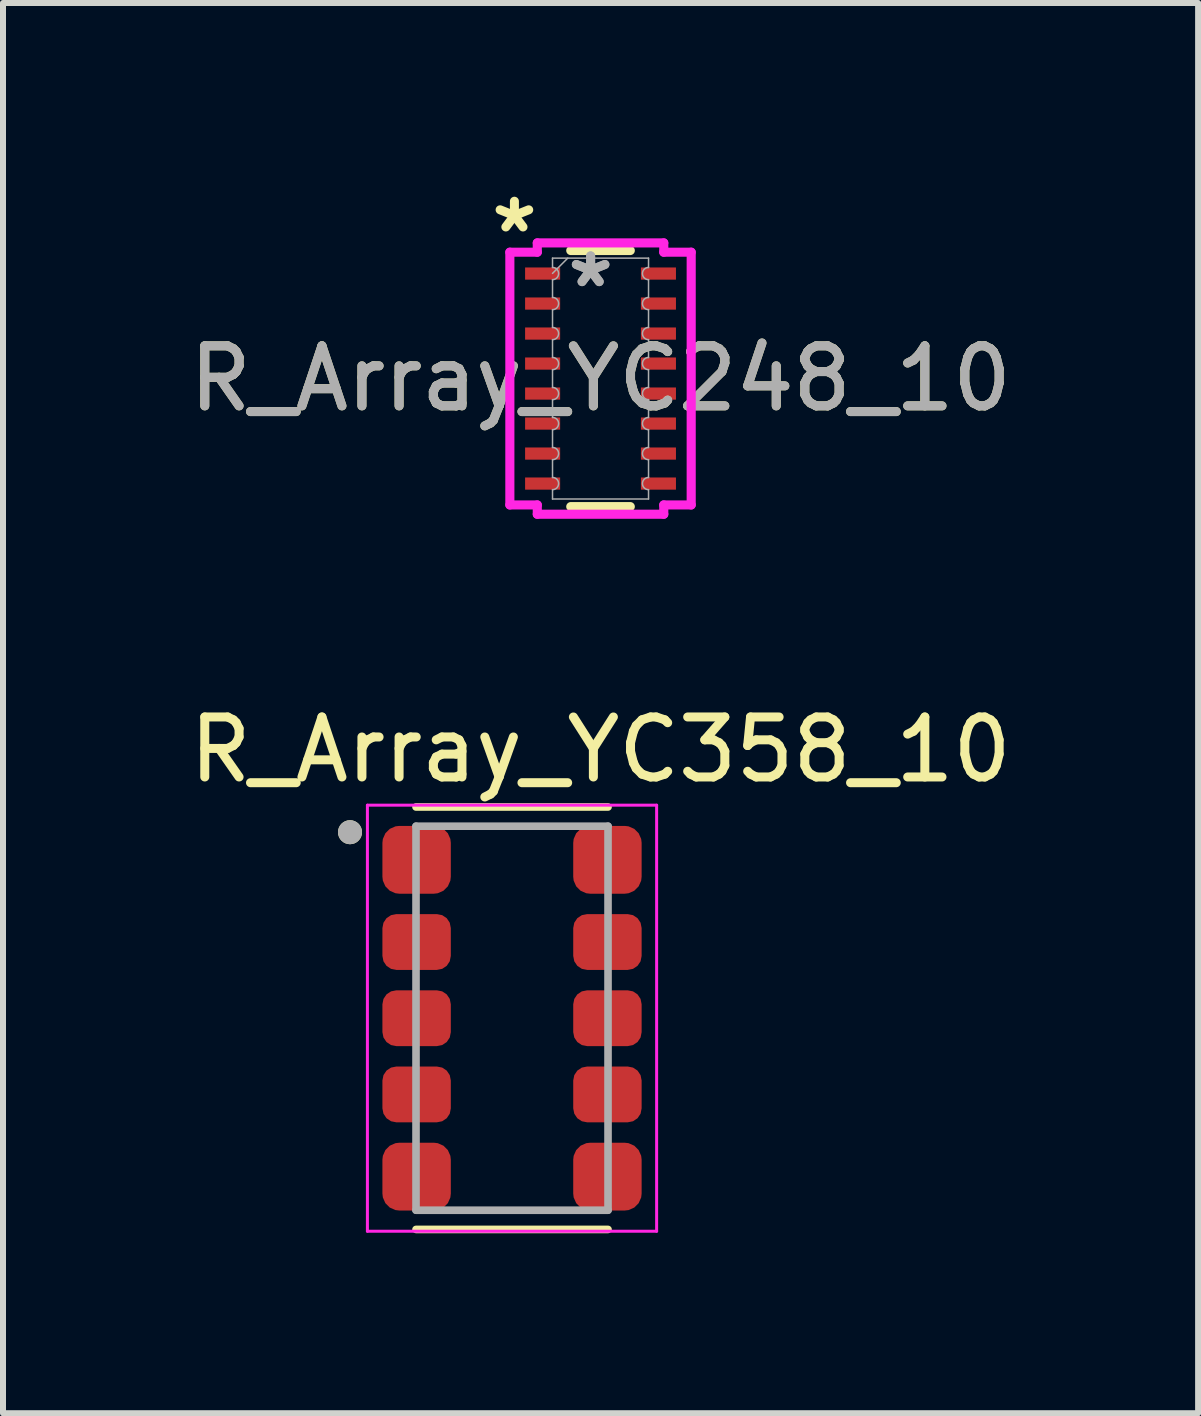
<source format=kicad_pcb>
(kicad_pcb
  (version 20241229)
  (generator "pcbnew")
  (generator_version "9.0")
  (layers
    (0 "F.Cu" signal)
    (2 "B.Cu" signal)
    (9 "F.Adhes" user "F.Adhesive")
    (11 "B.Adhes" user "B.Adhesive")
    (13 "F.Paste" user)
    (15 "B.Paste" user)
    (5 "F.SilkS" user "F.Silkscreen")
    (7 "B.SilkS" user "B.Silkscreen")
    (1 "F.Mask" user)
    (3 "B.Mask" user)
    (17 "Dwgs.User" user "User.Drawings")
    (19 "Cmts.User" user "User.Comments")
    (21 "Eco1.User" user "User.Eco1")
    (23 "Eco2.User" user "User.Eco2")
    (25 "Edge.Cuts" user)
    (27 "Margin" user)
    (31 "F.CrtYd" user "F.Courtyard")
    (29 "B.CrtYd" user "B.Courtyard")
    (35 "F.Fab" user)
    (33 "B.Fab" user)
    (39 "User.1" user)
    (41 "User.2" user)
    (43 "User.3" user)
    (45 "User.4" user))
  (footprint "R_Array_YC248_10"
    (layer "F.Cu")
    (at 6.958 3.259)
    (property "Reference" "R_Array_YC248_10" (at 0 0 0) (unlocked yes) (layer "F.SilkS") (effects (font (size 1 1) (thickness 0.15))))
    (attr smd)
    (fp_line (start -0.496 -2.134) (end 0.496 -2.134) (stroke (width 0.152) (type solid)) (layer "F.SilkS"))
    (fp_line (start -0.496 2.134) (end 0.496 2.134) (stroke (width 0.152) (type solid)) (layer "F.SilkS"))
    (fp_line (start -1.511 -2.106) (end -1.054 -2.106) (stroke (width 0.152) (type solid)) (layer "F.CrtYd"))
    (fp_line (start -1.511 2.106) (end -1.511 -2.106) (stroke (width 0.152) (type solid)) (layer "F.CrtYd"))
    (fp_line (start -1.511 2.106) (end -1.054 2.106) (stroke (width 0.152) (type solid)) (layer "F.CrtYd"))
    (fp_line (start -1.054 -2.261) (end 1.054 -2.261) (stroke (width 0.152) (type solid)) (layer "F.CrtYd"))
    (fp_line (start -1.054 -2.106) (end -1.054 -2.261) (stroke (width 0.152) (type solid)) (layer "F.CrtYd"))
    (fp_line (start -1.054 2.261) (end -1.054 2.106) (stroke (width 0.152) (type solid)) (layer "F.CrtYd"))
    (fp_line (start 1.054 -2.261) (end 1.054 -2.106) (stroke (width 0.152) (type solid)) (layer "F.CrtYd"))
    (fp_line (start 1.054 2.106) (end 1.054 2.261) (stroke (width 0.152) (type solid)) (layer "F.CrtYd"))
    (fp_line (start 1.054 2.261) (end -1.054 2.261) (stroke (width 0.152) (type solid)) (layer "F.CrtYd"))
    (fp_line (start 1.511 -2.106) (end 1.054 -2.106) (stroke (width 0.152) (type solid)) (layer "F.CrtYd"))
    (fp_line (start 1.511 -2.106) (end 1.511 2.106) (stroke (width 0.152) (type solid)) (layer "F.CrtYd"))
    (fp_line (start 1.511 2.106) (end 1.054 2.106) (stroke (width 0.152) (type solid)) (layer "F.CrtYd"))
    (fp_line (start -0.8 -2.007) (end 0.8 -2.007) (stroke (width 0.025) (type solid)) (layer "F.Fab"))
    (fp_line (start -0.8 -1.852) (end -0.8 -2.007) (stroke (width 0.025) (type solid)) (layer "F.Fab"))
    (fp_line (start -0.8 -1.648) (end -0.8 -1.352) (stroke (width 0.025) (type solid)) (layer "F.Fab"))
    (fp_line (start -0.8 -1.148) (end -0.8 -0.852) (stroke (width 0.025) (type solid)) (layer "F.Fab"))
    (fp_line (start -0.8 -0.648) (end -0.8 -0.352) (stroke (width 0.025) (type solid)) (layer "F.Fab"))
    (fp_line (start -0.8 -0.148) (end -0.8 0.148) (stroke (width 0.025) (type solid)) (layer "F.Fab"))
    (fp_line (start -0.8 0.352) (end -0.8 0.648) (stroke (width 0.025) (type solid)) (layer "F.Fab"))
    (fp_line (start -0.8 0.852) (end -0.8 1.148) (stroke (width 0.025) (type solid)) (layer "F.Fab"))
    (fp_line (start -0.8 1.352) (end -0.8 1.648) (stroke (width 0.025) (type solid)) (layer "F.Fab"))
    (fp_line (start -0.8 1.852) (end -0.8 2.007) (stroke (width 0.025) (type solid)) (layer "F.Fab"))
    (fp_line (start -0.8 2.007) (end 0.8 2.007) (stroke (width 0.025) (type solid)) (layer "F.Fab"))
    (fp_line (start -0.546 -2.007) (end -0.8 -1.753) (stroke (width 0.025) (type solid)) (layer "F.Fab"))
    (fp_line (start 0.8 -1.852) (end 0.8 -2.007) (stroke (width 0.025) (type solid)) (layer "F.Fab"))
    (fp_line (start 0.8 -1.648) (end 0.8 -1.352) (stroke (width 0.025) (type solid)) (layer "F.Fab"))
    (fp_line (start 0.8 -1.148) (end 0.8 -0.852) (stroke (width 0.025) (type solid)) (layer "F.Fab"))
    (fp_line (start 0.8 -0.648) (end 0.8 -0.352) (stroke (width 0.025) (type solid)) (layer "F.Fab"))
    (fp_line (start 0.8 -0.148) (end 0.8 0.148) (stroke (width 0.025) (type solid)) (layer "F.Fab"))
    (fp_line (start 0.8 0.352) (end 0.8 0.648) (stroke (width 0.025) (type solid)) (layer "F.Fab"))
    (fp_line (start 0.8 0.852) (end 0.8 1.148) (stroke (width 0.025) (type solid)) (layer "F.Fab"))
    (fp_line (start 0.8 1.352) (end 0.8 1.648) (stroke (width 0.025) (type solid)) (layer "F.Fab"))
    (fp_line (start 0.8 1.852) (end 0.8 2.007) (stroke (width 0.025) (type solid)) (layer "F.Fab"))
    (fp_arc (start -0.8001 -1.851599) (mid -0.6985 -1.749999) (end -0.8001 -1.648399) (stroke (width 0.0254) (type solid)) (layer "F.Fab"))
    (fp_arc (start -0.8001 -1.3516) (mid -0.6985 -1.25) (end -0.8001 -1.1484) (stroke (width 0.0254) (type solid)) (layer "F.Fab"))
    (fp_arc (start -0.8001 -0.851601) (mid -0.6985 -0.750001) (end -0.8001 -0.648401) (stroke (width 0.0254) (type solid)) (layer "F.Fab"))
    (fp_arc (start -0.8001 -0.351599) (mid -0.6985 -0.25) (end -0.8001 -0.1484) (stroke (width 0.0254) (type solid)) (layer "F.Fab"))
    (fp_arc (start -0.8001 0.1484) (mid -0.6985 0.249999) (end -0.8001 0.351599) (stroke (width 0.0254) (type solid)) (layer "F.Fab"))
    (fp_arc (start -0.8001 0.648401) (mid -0.6985 0.750001) (end -0.8001 0.851601) (stroke (width 0.0254) (type solid)) (layer "F.Fab"))
    (fp_arc (start -0.8001 1.1484) (mid -0.6985 1.25) (end -0.8001 1.3516) (stroke (width 0.0254) (type solid)) (layer "F.Fab"))
    (fp_arc (start -0.8001 1.648399) (mid -0.6985 1.749999) (end -0.8001 1.851599) (stroke (width 0.0254) (type solid)) (layer "F.Fab"))
    (fp_arc (start 0.8001 -1.648399) (mid 0.6985 -1.749999) (end 0.8001 -1.851599) (stroke (width 0.0254) (type solid)) (layer "F.Fab"))
    (fp_arc (start 0.8001 -1.1484) (mid 0.6985 -1.25) (end 0.8001 -1.3516) (stroke (width 0.0254) (type solid)) (layer "F.Fab"))
    (fp_arc (start 0.8001 -0.648401) (mid 0.6985 -0.750001) (end 0.8001 -0.851601) (stroke (width 0.0254) (type solid)) (layer "F.Fab"))
    (fp_arc (start 0.8001 -0.1484) (mid 0.6985 -0.249999) (end 0.8001 -0.351599) (stroke (width 0.0254) (type solid)) (layer "F.Fab"))
    (fp_arc (start 0.8001 0.351599) (mid 0.6985 0.25) (end 0.8001 0.1484) (stroke (width 0.0254) (type solid)) (layer "F.Fab"))
    (fp_arc (start 0.8001 0.851601) (mid 0.6985 0.750001) (end 0.8001 0.648401) (stroke (width 0.0254) (type solid)) (layer "F.Fab"))
    (fp_arc (start 0.8001 1.3516) (mid 0.6985 1.25) (end 0.8001 1.1484) (stroke (width 0.0254) (type solid)) (layer "F.Fab"))
    (fp_arc (start 0.8001 1.851599) (mid 0.6985 1.749999) (end 0.8001 1.648399) (stroke (width 0.0254) (type solid)) (layer "F.Fab"))
    (fp_text user "*" (at -1.435 -2.41 0) (unlocked yes) (layer "F.SilkS") (effects (font (size 1 1) (thickness 0.15))))
    (fp_text user "*" (at -0.165 -1.499 0) (unlocked yes) (layer "F.Fab") (effects (font (size 1 1) (thickness 0.15))))
    (fp_text user "*" (at -0.165 -1.499 0) (layer "F.Fab") (effects (font (size 1 1) (thickness 0.15))))
    (fp_text user "${REFERENCE}" (at 0 0 0) (unlocked yes) (layer "F.Fab") (effects (font (size 1 1) (thickness 0.15))))
    (pad "1" smd rect (at -0.965 -1.75) (size 0.584 0.203) (layers "F.Cu" "F.Mask" "F.Paste"))
    (pad "2" smd rect (at -0.965 -1.25) (size 0.584 0.203) (layers "F.Cu" "F.Mask" "F.Paste"))
    (pad "3" smd rect (at -0.965 -0.75) (size 0.584 0.203) (layers "F.Cu" "F.Mask" "F.Paste"))
    (pad "4" smd rect (at -0.965 -0.25) (size 0.584 0.203) (layers "F.Cu" "F.Mask" "F.Paste"))
    (pad "5" smd rect (at -0.965 0.25) (size 0.584 0.203) (layers "F.Cu" "F.Mask" "F.Paste"))
    (pad "6" smd rect (at -0.965 0.75) (size 0.584 0.203) (layers "F.Cu" "F.Mask" "F.Paste"))
    (pad "7" smd rect (at -0.965 1.25) (size 0.584 0.203) (layers "F.Cu" "F.Mask" "F.Paste"))
    (pad "8" smd rect (at -0.965 1.75) (size 0.584 0.203) (layers "F.Cu" "F.Mask" "F.Paste"))
    (pad "9" smd rect (at 0.965 1.75) (size 0.584 0.203) (layers "F.Cu" "F.Mask" "F.Paste"))
    (pad "10" smd rect (at 0.965 1.25) (size 0.584 0.203) (layers "F.Cu" "F.Mask" "F.Paste"))
    (pad "11" smd rect (at 0.965 0.75) (size 0.584 0.203) (layers "F.Cu" "F.Mask" "F.Paste"))
    (pad "12" smd rect (at 0.965 0.25) (size 0.584 0.203) (layers "F.Cu" "F.Mask" "F.Paste"))
    (pad "13" smd rect (at 0.965 -0.25) (size 0.584 0.203) (layers "F.Cu" "F.Mask" "F.Paste"))
    (pad "14" smd rect (at 0.965 -0.75) (size 0.584 0.203) (layers "F.Cu" "F.Mask" "F.Paste"))
    (pad "15" smd rect (at 0.965 -1.25) (size 0.584 0.203) (layers "F.Cu" "F.Mask" "F.Paste"))
    (pad "16" smd rect (at 0.965 -1.75) (size 0.584 0.203) (layers "F.Cu" "F.Mask" "F.Paste")))
  (footprint "R_Array_YC358_10"
    (layer "F.Cu")
    (at 5.483 13.919)
    (property "Reference" "R_Array_YC358_10" (at 1.475 -4.475 0) (layer "F.SilkS") (effects (font (size 1 1) (thickness 0.15))))
    (attr smd)
    (fp_line (start -1.6 -3.52) (end 1.6 -3.52) (stroke (width 0.127) (type solid)) (layer "F.SilkS"))
    (fp_line (start 1.6 3.52) (end -1.6 3.52) (stroke (width 0.127) (type solid)) (layer "F.SilkS"))
    (fp_circle (center -2.7 -3.1) (end -2.6 -3.1) (stroke (width 0.2) (type solid)) (fill no) (layer "F.SilkS"))
    (fp_line (start -2.41 -3.55) (end 2.41 -3.55) (stroke (width 0.05) (type solid)) (layer "F.CrtYd"))
    (fp_line (start -2.41 3.55) (end -2.41 -3.55) (stroke (width 0.05) (type solid)) (layer "F.CrtYd"))
    (fp_line (start 2.41 -3.55) (end 2.41 3.55) (stroke (width 0.05) (type solid)) (layer "F.CrtYd"))
    (fp_line (start 2.41 3.55) (end -2.41 3.55) (stroke (width 0.05) (type solid)) (layer "F.CrtYd"))
    (fp_line (start -1.6 -3.2) (end 1.6 -3.2) (stroke (width 0.127) (type solid)) (layer "F.Fab"))
    (fp_line (start -1.6 3.2) (end -1.6 -3.2) (stroke (width 0.127) (type solid)) (layer "F.Fab"))
    (fp_line (start 1.6 -3.2) (end 1.6 3.2) (stroke (width 0.127) (type solid)) (layer "F.Fab"))
    (fp_line (start 1.6 3.2) (end -1.6 3.2) (stroke (width 0.127) (type solid)) (layer "F.Fab"))
    (fp_circle (center -2.7 -3.1) (end -2.6 -3.1) (stroke (width 0.2) (type solid)) (fill no) (layer "F.Fab"))
    (pad "1" smd roundrect (at -1.59 -2.64) (size 1.14 1.13) (layers "F.Cu" "F.Paste") (roundrect_rratio 0.25))
    (pad "2" smd roundrect (at -1.59 -1.27) (size 1.14 0.93) (layers "F.Cu" "F.Paste") (roundrect_rratio 0.25))
    (pad "3" smd roundrect (at -1.59 0) (size 1.14 0.93) (layers "F.Cu" "F.Paste") (roundrect_rratio 0.25))
    (pad "4" smd roundrect (at -1.59 1.27) (size 1.14 0.93) (layers "F.Cu" "F.Paste") (roundrect_rratio 0.25))
    (pad "5" smd roundrect (at -1.59 2.64) (size 1.14 1.13) (layers "F.Cu" "F.Paste") (roundrect_rratio 0.25))
    (pad "6" smd roundrect (at 1.59 2.64) (size 1.14 1.13) (layers "F.Cu" "F.Paste") (roundrect_rratio 0.25))
    (pad "7" smd roundrect (at 1.59 1.27) (size 1.14 0.93) (layers "F.Cu" "F.Paste") (roundrect_rratio 0.25))
    (pad "8" smd roundrect (at 1.59 0) (size 1.14 0.93) (layers "F.Cu" "F.Paste") (roundrect_rratio 0.25))
    (pad "9" smd roundrect (at 1.59 -1.27) (size 1.14 0.93) (layers "F.Cu" "F.Paste") (roundrect_rratio 0.25))
    (pad "10" smd roundrect (at 1.59 -2.64) (size 1.14 1.13) (layers "F.Cu" "F.Paste") (roundrect_rratio 0.25)))
  (gr_rect
    (start -3 -3)
    (end 16.917 20.502)
    (stroke (width 0.1) (type default))
    (fill no)
    (layer "Edge.Cuts")))
</source>
